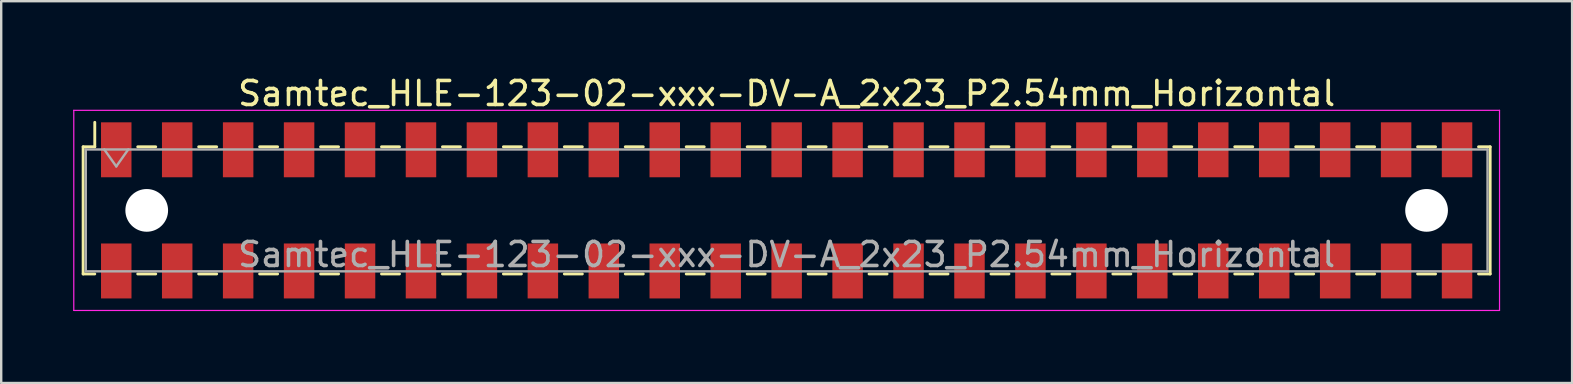
<source format=kicad_pcb>
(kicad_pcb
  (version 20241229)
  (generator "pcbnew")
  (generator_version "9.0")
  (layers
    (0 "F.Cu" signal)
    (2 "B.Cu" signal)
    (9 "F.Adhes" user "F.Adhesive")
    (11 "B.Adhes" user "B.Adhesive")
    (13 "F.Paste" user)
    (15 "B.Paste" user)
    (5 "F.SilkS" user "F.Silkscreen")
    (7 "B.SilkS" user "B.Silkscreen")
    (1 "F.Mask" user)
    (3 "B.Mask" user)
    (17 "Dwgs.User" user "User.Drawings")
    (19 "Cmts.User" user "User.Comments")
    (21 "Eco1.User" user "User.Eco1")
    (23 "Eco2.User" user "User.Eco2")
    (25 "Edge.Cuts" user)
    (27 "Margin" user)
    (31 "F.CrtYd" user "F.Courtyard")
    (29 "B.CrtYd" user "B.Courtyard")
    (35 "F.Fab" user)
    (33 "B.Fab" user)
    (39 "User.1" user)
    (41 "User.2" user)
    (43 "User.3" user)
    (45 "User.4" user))
  (footprint "Samtec_HLE-123-02-xxx-DV-A_2x23_P2.54mm_Horizontal"
    (layer "F.Cu")
    (at 29.735 5.718)
    (property "Reference" "Samtec_HLE-123-02-xxx-DV-A_2x23_P2.54mm_Horizontal" (at 0 -4.87 0) (layer "F.SilkS") (effects (font (size 1 1) (thickness 0.15))))
    (attr smd)
    (fp_line (start -29.32 -2.65) (end -29.32 2.65) (stroke (width 0.12) (type solid)) (layer "F.SilkS"))
    (fp_line (start -29.32 2.65) (end -28.835 2.65) (stroke (width 0.12) (type solid)) (layer "F.SilkS"))
    (fp_line (start -28.835 -3.67) (end -28.835 -2.65) (stroke (width 0.12) (type solid)) (layer "F.SilkS"))
    (fp_line (start -28.835 -2.65) (end -29.32 -2.65) (stroke (width 0.12) (type solid)) (layer "F.SilkS"))
    (fp_line (start -27.045 -2.65) (end -26.295 -2.65) (stroke (width 0.12) (type solid)) (layer "F.SilkS"))
    (fp_line (start -27.045 2.65) (end -26.295 2.65) (stroke (width 0.12) (type solid)) (layer "F.SilkS"))
    (fp_line (start -24.505 -2.65) (end -23.755 -2.65) (stroke (width 0.12) (type solid)) (layer "F.SilkS"))
    (fp_line (start -24.505 2.65) (end -23.755 2.65) (stroke (width 0.12) (type solid)) (layer "F.SilkS"))
    (fp_line (start -21.965 -2.65) (end -21.215 -2.65) (stroke (width 0.12) (type solid)) (layer "F.SilkS"))
    (fp_line (start -21.965 2.65) (end -21.215 2.65) (stroke (width 0.12) (type solid)) (layer "F.SilkS"))
    (fp_line (start -19.425 -2.65) (end -18.675 -2.65) (stroke (width 0.12) (type solid)) (layer "F.SilkS"))
    (fp_line (start -19.425 2.65) (end -18.675 2.65) (stroke (width 0.12) (type solid)) (layer "F.SilkS"))
    (fp_line (start -16.885 -2.65) (end -16.135 -2.65) (stroke (width 0.12) (type solid)) (layer "F.SilkS"))
    (fp_line (start -16.885 2.65) (end -16.135 2.65) (stroke (width 0.12) (type solid)) (layer "F.SilkS"))
    (fp_line (start -14.345 -2.65) (end -13.595 -2.65) (stroke (width 0.12) (type solid)) (layer "F.SilkS"))
    (fp_line (start -14.345 2.65) (end -13.595 2.65) (stroke (width 0.12) (type solid)) (layer "F.SilkS"))
    (fp_line (start -11.805 -2.65) (end -11.055 -2.65) (stroke (width 0.12) (type solid)) (layer "F.SilkS"))
    (fp_line (start -11.805 2.65) (end -11.055 2.65) (stroke (width 0.12) (type solid)) (layer "F.SilkS"))
    (fp_line (start -9.265 -2.65) (end -8.515 -2.65) (stroke (width 0.12) (type solid)) (layer "F.SilkS"))
    (fp_line (start -9.265 2.65) (end -8.515 2.65) (stroke (width 0.12) (type solid)) (layer "F.SilkS"))
    (fp_line (start -6.725 -2.65) (end -5.975 -2.65) (stroke (width 0.12) (type solid)) (layer "F.SilkS"))
    (fp_line (start -6.725 2.65) (end -5.975 2.65) (stroke (width 0.12) (type solid)) (layer "F.SilkS"))
    (fp_line (start -4.185 -2.65) (end -3.435 -2.65) (stroke (width 0.12) (type solid)) (layer "F.SilkS"))
    (fp_line (start -4.185 2.65) (end -3.435 2.65) (stroke (width 0.12) (type solid)) (layer "F.SilkS"))
    (fp_line (start -1.645 -2.65) (end -0.895 -2.65) (stroke (width 0.12) (type solid)) (layer "F.SilkS"))
    (fp_line (start -1.645 2.65) (end -0.895 2.65) (stroke (width 0.12) (type solid)) (layer "F.SilkS"))
    (fp_line (start 0.895 -2.65) (end 1.645 -2.65) (stroke (width 0.12) (type solid)) (layer "F.SilkS"))
    (fp_line (start 0.895 2.65) (end 1.645 2.65) (stroke (width 0.12) (type solid)) (layer "F.SilkS"))
    (fp_line (start 3.435 -2.65) (end 4.185 -2.65) (stroke (width 0.12) (type solid)) (layer "F.SilkS"))
    (fp_line (start 3.435 2.65) (end 4.185 2.65) (stroke (width 0.12) (type solid)) (layer "F.SilkS"))
    (fp_line (start 5.975 -2.65) (end 6.725 -2.65) (stroke (width 0.12) (type solid)) (layer "F.SilkS"))
    (fp_line (start 5.975 2.65) (end 6.725 2.65) (stroke (width 0.12) (type solid)) (layer "F.SilkS"))
    (fp_line (start 8.515 -2.65) (end 9.265 -2.65) (stroke (width 0.12) (type solid)) (layer "F.SilkS"))
    (fp_line (start 8.515 2.65) (end 9.265 2.65) (stroke (width 0.12) (type solid)) (layer "F.SilkS"))
    (fp_line (start 11.055 -2.65) (end 11.805 -2.65) (stroke (width 0.12) (type solid)) (layer "F.SilkS"))
    (fp_line (start 11.055 2.65) (end 11.805 2.65) (stroke (width 0.12) (type solid)) (layer "F.SilkS"))
    (fp_line (start 13.595 -2.65) (end 14.345 -2.65) (stroke (width 0.12) (type solid)) (layer "F.SilkS"))
    (fp_line (start 13.595 2.65) (end 14.345 2.65) (stroke (width 0.12) (type solid)) (layer "F.SilkS"))
    (fp_line (start 16.135 -2.65) (end 16.885 -2.65) (stroke (width 0.12) (type solid)) (layer "F.SilkS"))
    (fp_line (start 16.135 2.65) (end 16.885 2.65) (stroke (width 0.12) (type solid)) (layer "F.SilkS"))
    (fp_line (start 18.675 -2.65) (end 19.425 -2.65) (stroke (width 0.12) (type solid)) (layer "F.SilkS"))
    (fp_line (start 18.675 2.65) (end 19.425 2.65) (stroke (width 0.12) (type solid)) (layer "F.SilkS"))
    (fp_line (start 21.215 -2.65) (end 21.965 -2.65) (stroke (width 0.12) (type solid)) (layer "F.SilkS"))
    (fp_line (start 21.215 2.65) (end 21.965 2.65) (stroke (width 0.12) (type solid)) (layer "F.SilkS"))
    (fp_line (start 23.755 -2.65) (end 24.505 -2.65) (stroke (width 0.12) (type solid)) (layer "F.SilkS"))
    (fp_line (start 23.755 2.65) (end 24.505 2.65) (stroke (width 0.12) (type solid)) (layer "F.SilkS"))
    (fp_line (start 26.295 -2.65) (end 27.045 -2.65) (stroke (width 0.12) (type solid)) (layer "F.SilkS"))
    (fp_line (start 26.295 2.65) (end 27.045 2.65) (stroke (width 0.12) (type solid)) (layer "F.SilkS"))
    (fp_line (start 28.835 -2.65) (end 29.32 -2.65) (stroke (width 0.12) (type solid)) (layer "F.SilkS"))
    (fp_line (start 29.32 -2.65) (end 29.32 2.65) (stroke (width 0.12) (type solid)) (layer "F.SilkS"))
    (fp_line (start 29.32 2.65) (end 28.835 2.65) (stroke (width 0.12) (type solid)) (layer "F.SilkS"))
    (fp_line (start -29.71 -4.17) (end 29.71 -4.17) (stroke (width 0.05) (type solid)) (layer "F.CrtYd"))
    (fp_line (start -29.71 4.17) (end -29.71 -4.17) (stroke (width 0.05) (type solid)) (layer "F.CrtYd"))
    (fp_line (start 29.71 -4.17) (end 29.71 4.17) (stroke (width 0.05) (type solid)) (layer "F.CrtYd"))
    (fp_line (start 29.71 4.17) (end -29.71 4.17) (stroke (width 0.05) (type solid)) (layer "F.CrtYd"))
    (fp_line (start -29.21 -2.54) (end 29.21 -2.54) (stroke (width 0.1) (type solid)) (layer "F.Fab"))
    (fp_line (start -29.21 2.54) (end -29.21 -2.54) (stroke (width 0.1) (type solid)) (layer "F.Fab"))
    (fp_line (start -28.44 -2.54) (end -27.94 -1.833) (stroke (width 0.1) (type solid)) (layer "F.Fab"))
    (fp_line (start -27.94 -1.833) (end -27.44 -2.54) (stroke (width 0.1) (type solid)) (layer "F.Fab"))
    (fp_line (start 29.21 -2.54) (end 29.21 2.54) (stroke (width 0.1) (type solid)) (layer "F.Fab"))
    (fp_line (start 29.21 2.54) (end -29.21 2.54) (stroke (width 0.1) (type solid)) (layer "F.Fab"))
    (fp_text user "${REFERENCE}" (at 0 1.84 0) (layer "F.Fab") (effects (font (size 1 1) (thickness 0.15))))
    (pad "" np_thru_hole circle (at -26.67 0) (size 1.78 1.78) (drill 1.78) (layers "*.Cu" "*.Mask"))
    (pad "" np_thru_hole circle (at 26.67 0) (size 1.78 1.78) (drill 1.78) (layers "*.Cu" "*.Mask"))
    (pad "1" smd rect (at -27.94 -2.525) (size 1.27 2.29) (layers "F.Cu" "F.Mask" "F.Paste"))
    (pad "2" smd rect (at -27.94 2.525) (size 1.27 2.29) (layers "F.Cu" "F.Mask" "F.Paste"))
    (pad "3" smd rect (at -25.4 -2.525) (size 1.27 2.29) (layers "F.Cu" "F.Mask" "F.Paste"))
    (pad "4" smd rect (at -25.4 2.525) (size 1.27 2.29) (layers "F.Cu" "F.Mask" "F.Paste"))
    (pad "5" smd rect (at -22.86 -2.525) (size 1.27 2.29) (layers "F.Cu" "F.Mask" "F.Paste"))
    (pad "6" smd rect (at -22.86 2.525) (size 1.27 2.29) (layers "F.Cu" "F.Mask" "F.Paste"))
    (pad "7" smd rect (at -20.32 -2.525) (size 1.27 2.29) (layers "F.Cu" "F.Mask" "F.Paste"))
    (pad "8" smd rect (at -20.32 2.525) (size 1.27 2.29) (layers "F.Cu" "F.Mask" "F.Paste"))
    (pad "9" smd rect (at -17.78 -2.525) (size 1.27 2.29) (layers "F.Cu" "F.Mask" "F.Paste"))
    (pad "10" smd rect (at -17.78 2.525) (size 1.27 2.29) (layers "F.Cu" "F.Mask" "F.Paste"))
    (pad "11" smd rect (at -15.24 -2.525) (size 1.27 2.29) (layers "F.Cu" "F.Mask" "F.Paste"))
    (pad "12" smd rect (at -15.24 2.525) (size 1.27 2.29) (layers "F.Cu" "F.Mask" "F.Paste"))
    (pad "13" smd rect (at -12.7 -2.525) (size 1.27 2.29) (layers "F.Cu" "F.Mask" "F.Paste"))
    (pad "14" smd rect (at -12.7 2.525) (size 1.27 2.29) (layers "F.Cu" "F.Mask" "F.Paste"))
    (pad "15" smd rect (at -10.16 -2.525) (size 1.27 2.29) (layers "F.Cu" "F.Mask" "F.Paste"))
    (pad "16" smd rect (at -10.16 2.525) (size 1.27 2.29) (layers "F.Cu" "F.Mask" "F.Paste"))
    (pad "17" smd rect (at -7.62 -2.525) (size 1.27 2.29) (layers "F.Cu" "F.Mask" "F.Paste"))
    (pad "18" smd rect (at -7.62 2.525) (size 1.27 2.29) (layers "F.Cu" "F.Mask" "F.Paste"))
    (pad "19" smd rect (at -5.08 -2.525) (size 1.27 2.29) (layers "F.Cu" "F.Mask" "F.Paste"))
    (pad "20" smd rect (at -5.08 2.525) (size 1.27 2.29) (layers "F.Cu" "F.Mask" "F.Paste"))
    (pad "21" smd rect (at -2.54 -2.525) (size 1.27 2.29) (layers "F.Cu" "F.Mask" "F.Paste"))
    (pad "22" smd rect (at -2.54 2.525) (size 1.27 2.29) (layers "F.Cu" "F.Mask" "F.Paste"))
    (pad "23" smd rect (at 0 -2.525) (size 1.27 2.29) (layers "F.Cu" "F.Mask" "F.Paste"))
    (pad "24" smd rect (at 0 2.525) (size 1.27 2.29) (layers "F.Cu" "F.Mask" "F.Paste"))
    (pad "25" smd rect (at 2.54 -2.525) (size 1.27 2.29) (layers "F.Cu" "F.Mask" "F.Paste"))
    (pad "26" smd rect (at 2.54 2.525) (size 1.27 2.29) (layers "F.Cu" "F.Mask" "F.Paste"))
    (pad "27" smd rect (at 5.08 -2.525) (size 1.27 2.29) (layers "F.Cu" "F.Mask" "F.Paste"))
    (pad "28" smd rect (at 5.08 2.525) (size 1.27 2.29) (layers "F.Cu" "F.Mask" "F.Paste"))
    (pad "29" smd rect (at 7.62 -2.525) (size 1.27 2.29) (layers "F.Cu" "F.Mask" "F.Paste"))
    (pad "30" smd rect (at 7.62 2.525) (size 1.27 2.29) (layers "F.Cu" "F.Mask" "F.Paste"))
    (pad "31" smd rect (at 10.16 -2.525) (size 1.27 2.29) (layers "F.Cu" "F.Mask" "F.Paste"))
    (pad "32" smd rect (at 10.16 2.525) (size 1.27 2.29) (layers "F.Cu" "F.Mask" "F.Paste"))
    (pad "33" smd rect (at 12.7 -2.525) (size 1.27 2.29) (layers "F.Cu" "F.Mask" "F.Paste"))
    (pad "34" smd rect (at 12.7 2.525) (size 1.27 2.29) (layers "F.Cu" "F.Mask" "F.Paste"))
    (pad "35" smd rect (at 15.24 -2.525) (size 1.27 2.29) (layers "F.Cu" "F.Mask" "F.Paste"))
    (pad "36" smd rect (at 15.24 2.525) (size 1.27 2.29) (layers "F.Cu" "F.Mask" "F.Paste"))
    (pad "37" smd rect (at 17.78 -2.525) (size 1.27 2.29) (layers "F.Cu" "F.Mask" "F.Paste"))
    (pad "38" smd rect (at 17.78 2.525) (size 1.27 2.29) (layers "F.Cu" "F.Mask" "F.Paste"))
    (pad "39" smd rect (at 20.32 -2.525) (size 1.27 2.29) (layers "F.Cu" "F.Mask" "F.Paste"))
    (pad "40" smd rect (at 20.32 2.525) (size 1.27 2.29) (layers "F.Cu" "F.Mask" "F.Paste"))
    (pad "41" smd rect (at 22.86 -2.525) (size 1.27 2.29) (layers "F.Cu" "F.Mask" "F.Paste"))
    (pad "42" smd rect (at 22.86 2.525) (size 1.27 2.29) (layers "F.Cu" "F.Mask" "F.Paste"))
    (pad "43" smd rect (at 25.4 -2.525) (size 1.27 2.29) (layers "F.Cu" "F.Mask" "F.Paste"))
    (pad "44" smd rect (at 25.4 2.525) (size 1.27 2.29) (layers "F.Cu" "F.Mask" "F.Paste"))
    (pad "45" smd rect (at 27.94 -2.525) (size 1.27 2.29) (layers "F.Cu" "F.Mask" "F.Paste"))
    (pad "46" smd rect (at 27.94 2.525) (size 1.27 2.29) (layers "F.Cu" "F.Mask" "F.Paste")))
  (gr_rect
    (start -3 -3)
    (end 62.47 12.913)
    (stroke (width 0.1) (type default))
    (fill no)
    (layer "Edge.Cuts")))
</source>
